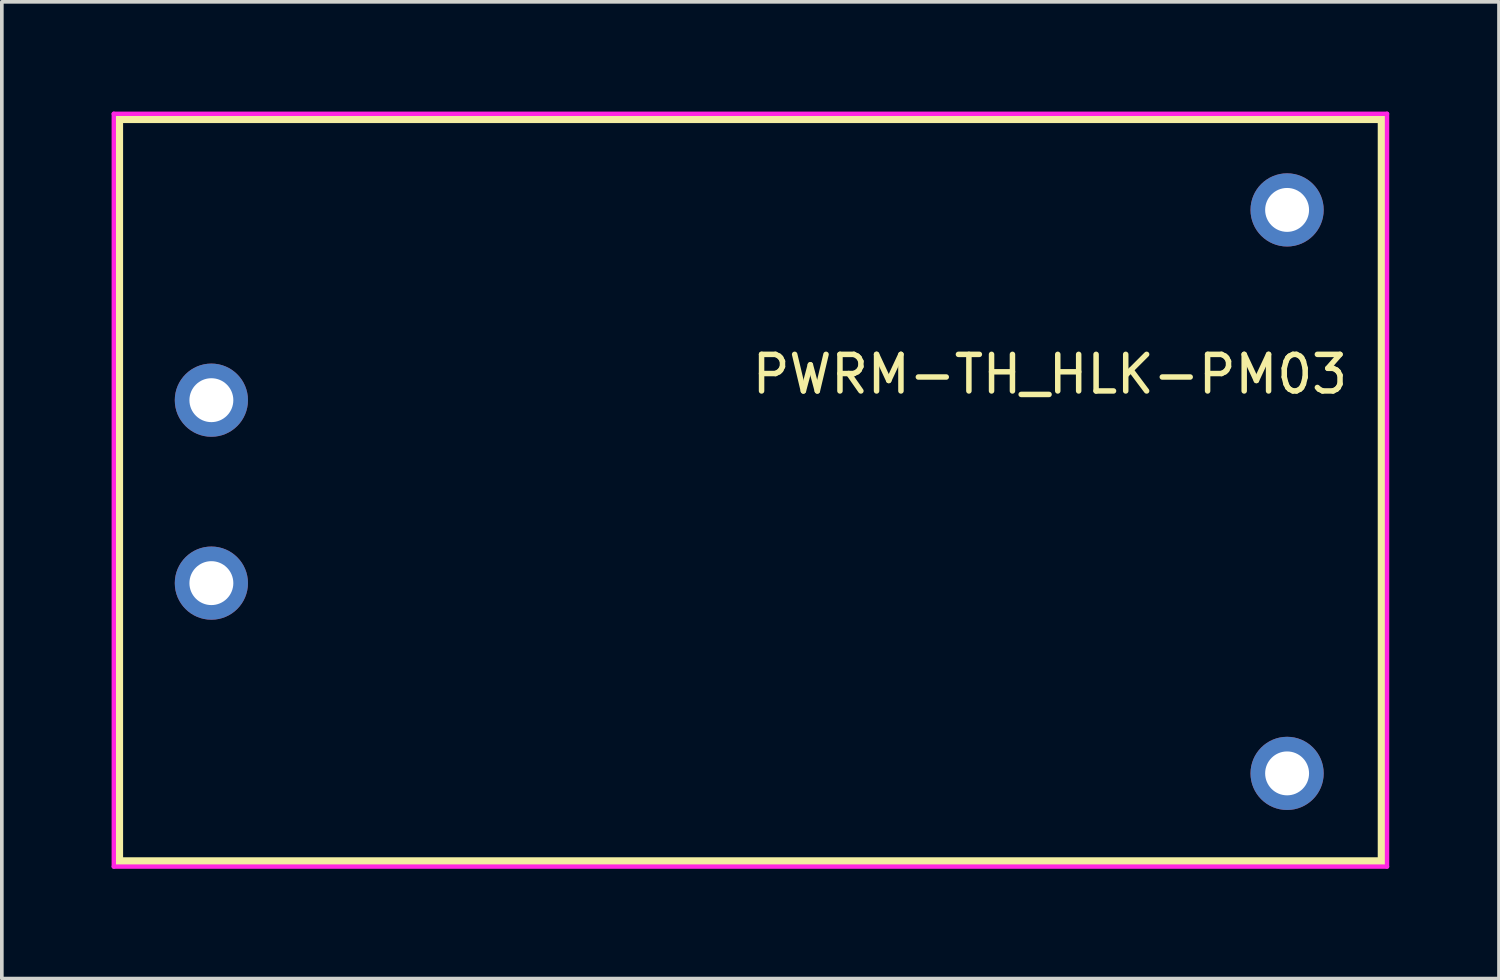
<source format=kicad_pcb>
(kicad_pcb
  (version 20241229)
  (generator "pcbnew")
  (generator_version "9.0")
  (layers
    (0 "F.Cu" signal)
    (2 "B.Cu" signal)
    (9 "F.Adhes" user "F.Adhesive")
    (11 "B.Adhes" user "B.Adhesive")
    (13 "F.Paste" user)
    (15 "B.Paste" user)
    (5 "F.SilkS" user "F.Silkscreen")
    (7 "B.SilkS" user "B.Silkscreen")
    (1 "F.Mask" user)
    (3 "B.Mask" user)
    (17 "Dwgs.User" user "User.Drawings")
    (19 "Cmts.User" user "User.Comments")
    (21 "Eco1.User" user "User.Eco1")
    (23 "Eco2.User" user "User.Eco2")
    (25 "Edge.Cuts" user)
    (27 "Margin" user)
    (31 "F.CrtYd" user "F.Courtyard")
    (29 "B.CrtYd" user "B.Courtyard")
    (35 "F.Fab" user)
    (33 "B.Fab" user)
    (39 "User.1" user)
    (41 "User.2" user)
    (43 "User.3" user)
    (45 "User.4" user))
  (footprint "PWRM-TH_HLK-PM03"
    (layer "F.Cu")
    (at 17.427 10.387)
    (property "Reference" "PWRM-TH_HLK-PM03" (at 0 -3.207 0) (layer "F.SilkS") (effects (font (size 1 1) (thickness 0.15)) (justify left)))
    (attr through_hole)
    (fp_line (start -17.24 -10.2) (end 17.304 -10.2) (stroke (width 0.254) (type solid)) (layer "F.SilkS"))
    (fp_line (start -17.24 10.12) (end -17.24 -10.2) (stroke (width 0.254) (type solid)) (layer "F.SilkS"))
    (fp_line (start 17.304 -10.2) (end 17.304 10.12) (stroke (width 0.254) (type solid)) (layer "F.SilkS"))
    (fp_line (start 17.304 10.12) (end -17.24 10.12) (stroke (width 0.254) (type solid)) (layer "F.SilkS"))
    (fp_circle (center -17.367 -10.327) (end -17.337 -10.327) (stroke (width 0.06) (type solid)) (fill no) (layer "Eco2.User"))
    (fp_line (start -17.367 -10.327) (end 17.431 -10.327) (stroke (width 0.12) (type solid)) (layer "F.CrtYd"))
    (fp_line (start -17.367 10.247) (end -17.367 -10.327) (stroke (width 0.12) (type solid)) (layer "F.CrtYd"))
    (fp_line (start 17.431 -10.327) (end 17.431 10.247) (stroke (width 0.12) (type solid)) (layer "F.CrtYd"))
    (fp_line (start 17.431 10.247) (end -17.367 10.247) (stroke (width 0.12) (type solid)) (layer "F.CrtYd"))
    (pad "1" thru_hole circle (at -14.7 -2.5) (size 2 2) (drill 1.2) (layers "*.Cu" "*.Mask"))
    (pad "2" thru_hole circle (at -14.7 2.5) (size 2 2) (drill 1.2) (layers "*.Cu" "*.Mask"))
    (pad "3" thru_hole circle (at 14.7 -7.7) (size 2 2) (drill 1.2) (layers "*.Cu" "*.Mask"))
    (pad "4" thru_hole circle (at 14.7 7.7) (size 2 2) (drill 1.2) (layers "*.Cu" "*.Mask")))
  (gr_rect
    (start -3 -3)
    (end 37.918 23.694)
    (stroke (width 0.1) (type default))
    (fill no)
    (layer "Edge.Cuts")))
</source>
